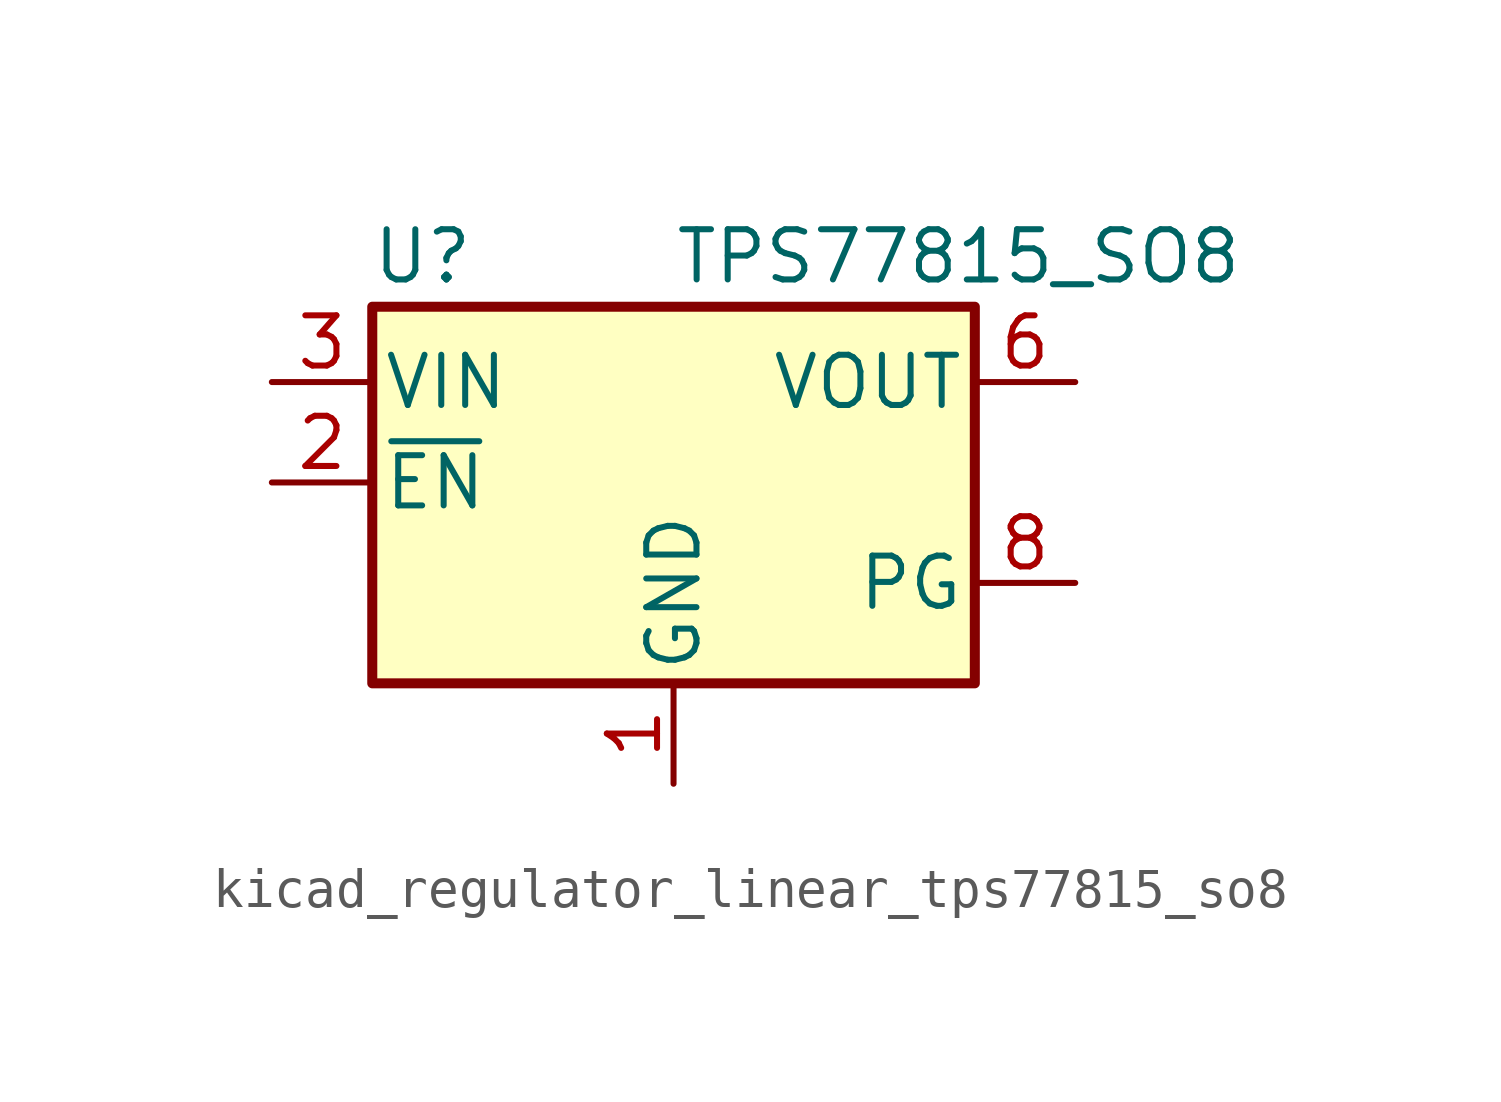
<source format=kicad_sym>
(kicad_symbol_lib
  (version 20220914)
  (generator kicad_symbol_editor)
  (symbol "kicad_regulator_linear_tps77815_so8"
    (pin_names
      (offset 0.254))
    (property "Reference" "U"
      (at -6.35 5.715 0)
      (effects (font (size 1.27 1.27))))
    (property "Value" "TPS77815_SO8"
      (at 0 5.715 0)
      (effects (font (size 1.27 1.27)) (justify left)))
    (symbol "kicad_regulator_linear_tps77815_so8_0_1"
      (rectangle (start -7.62 4.445) (end 7.62 -5.08) (stroke (width 0.254) (type default)) (fill (type background))))
    (symbol "kicad_regulator_linear_tps77815_so8_1_1"
      (pin power_in line (at 0 -7.62 90) (length 2.54) (name "GND" (effects (font (size 1.27 1.27)))) (number "1" (effects (font (size 1.27 1.27)))))
      (pin input line (at -10.16 0 0) (length 2.54) (name "~{EN}" (effects (font (size 1.27 1.27)))) (number "2" (effects (font (size 1.27 1.27)))))
      (pin power_in line (at -10.16 2.54 0) (length 2.54) (name "VIN" (effects (font (size 1.27 1.27)))) (number "3" (effects (font (size 1.27 1.27)))))
      (pin passive line (at -10.16 2.54 0) (length 2.54) hide (name "VIN" (effects (font (size 1.27 1.27)))) (number "4" (effects (font (size 1.27 1.27)))))
      (pin passive line (at 10.16 2.54 180) (length 2.54) hide (name "VOUT" (effects (font (size 1.27 1.27)))) (number "5" (effects (font (size 1.27 1.27)))))
      (pin power_out line (at 10.16 2.54 180) (length 2.54) (name "VOUT" (effects (font (size 1.27 1.27)))) (number "6" (effects (font (size 1.27 1.27)))))
      (pin no_connect line (at 7.62 0 180) (length 2.54) hide (name "NC" (effects (font (size 1.27 1.27)))) (number "7" (effects (font (size 1.27 1.27)))))
      (pin open_collector line (at 10.16 -2.54 180) (length 2.54) (name "PG" (effects (font (size 1.27 1.27)))) (number "8" (effects (font (size 1.27 1.27))))))))
</source>
